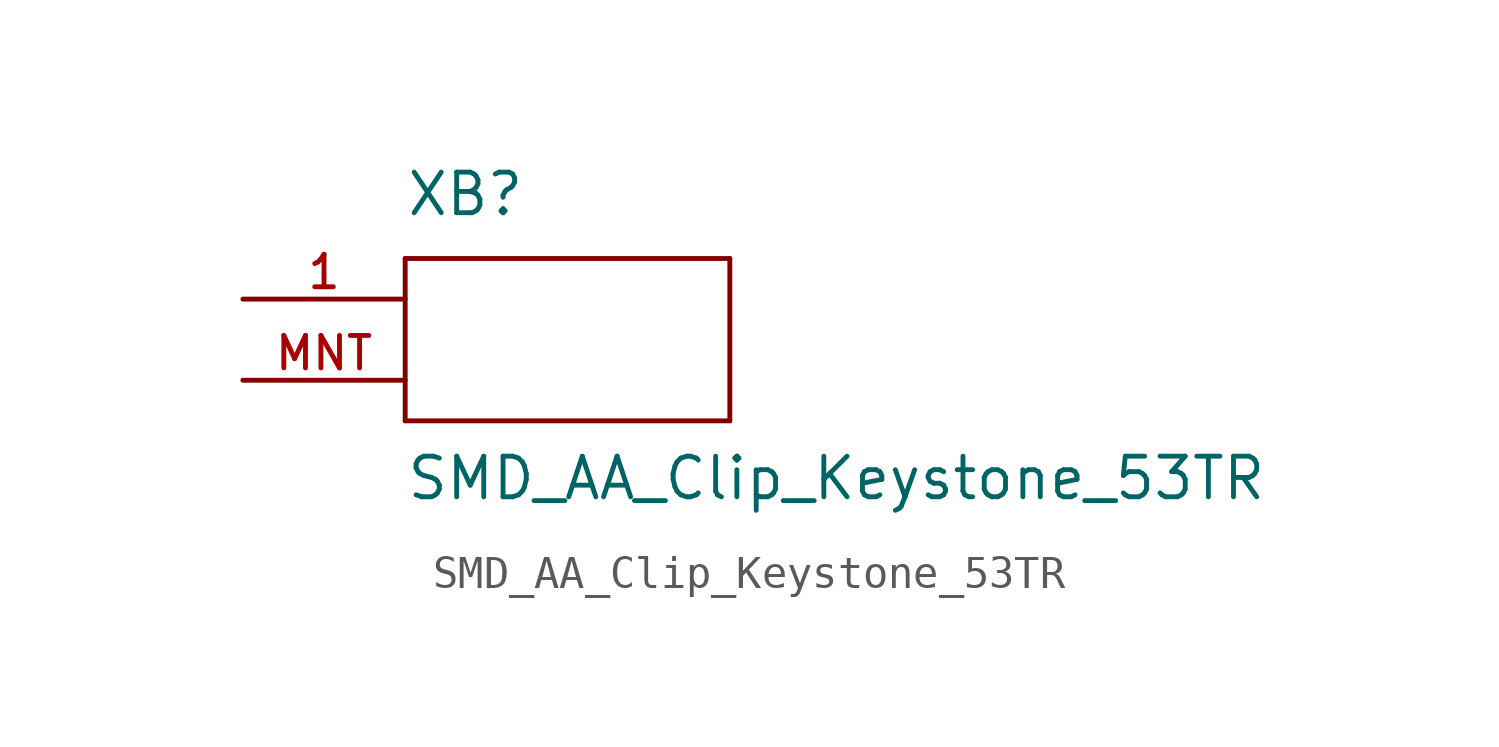
<source format=kicad_sym>
(kicad_symbol_lib
  (version 20201005)
  (generator kicad_symbol_editor)
  (symbol "NB3_power:SMD_AA_Clip_Keystone_53TR"
    (pin_names
      (offset 1.016) hide)
    (property "Reference" "XB"
      (at 0 1.27 0)
      (effects (font (size 1.27 1.27)) (justify left bottom)))
    (property "Value" "SMD_AA_Clip_Keystone_53TR"
      (at 0 -7.62 0)
      (effects (font (size 1.27 1.27)) (justify left bottom)))
    (property "ki_locked" ""
      (at 0 0 0)
      (effects (font (size 1.27 1.27))))
    (symbol "SMD_AA_Clip_Keystone_53TR_0_0"
      (polyline (pts (xy 0 -5.08) (xy 10.16 -5.08)) (stroke (width 0.152)) (fill (type none)))
      (polyline (pts (xy 0 0) (xy 0 -5.08)) (stroke (width 0.152)) (fill (type none)))
      (polyline (pts (xy 10.16 -5.08) (xy 10.16 0)) (stroke (width 0.152)) (fill (type none)))
      (polyline (pts (xy 10.16 0) (xy 0 0)) (stroke (width 0.152)) (fill (type none)))
      (pin passive line (at -5.08 -1.27 0) (length 5.08) (name "~" (effects (font (size 1.016 1.016)))) (number "1" (effects (font (size 1.016 1.016)))))
      (pin passive line (at -5.08 -3.81 0) (length 5.08) (name "~" (effects (font (size 1.016 1.016)))) (number "MNT" (effects (font (size 1.016 1.016))))))))
</source>
